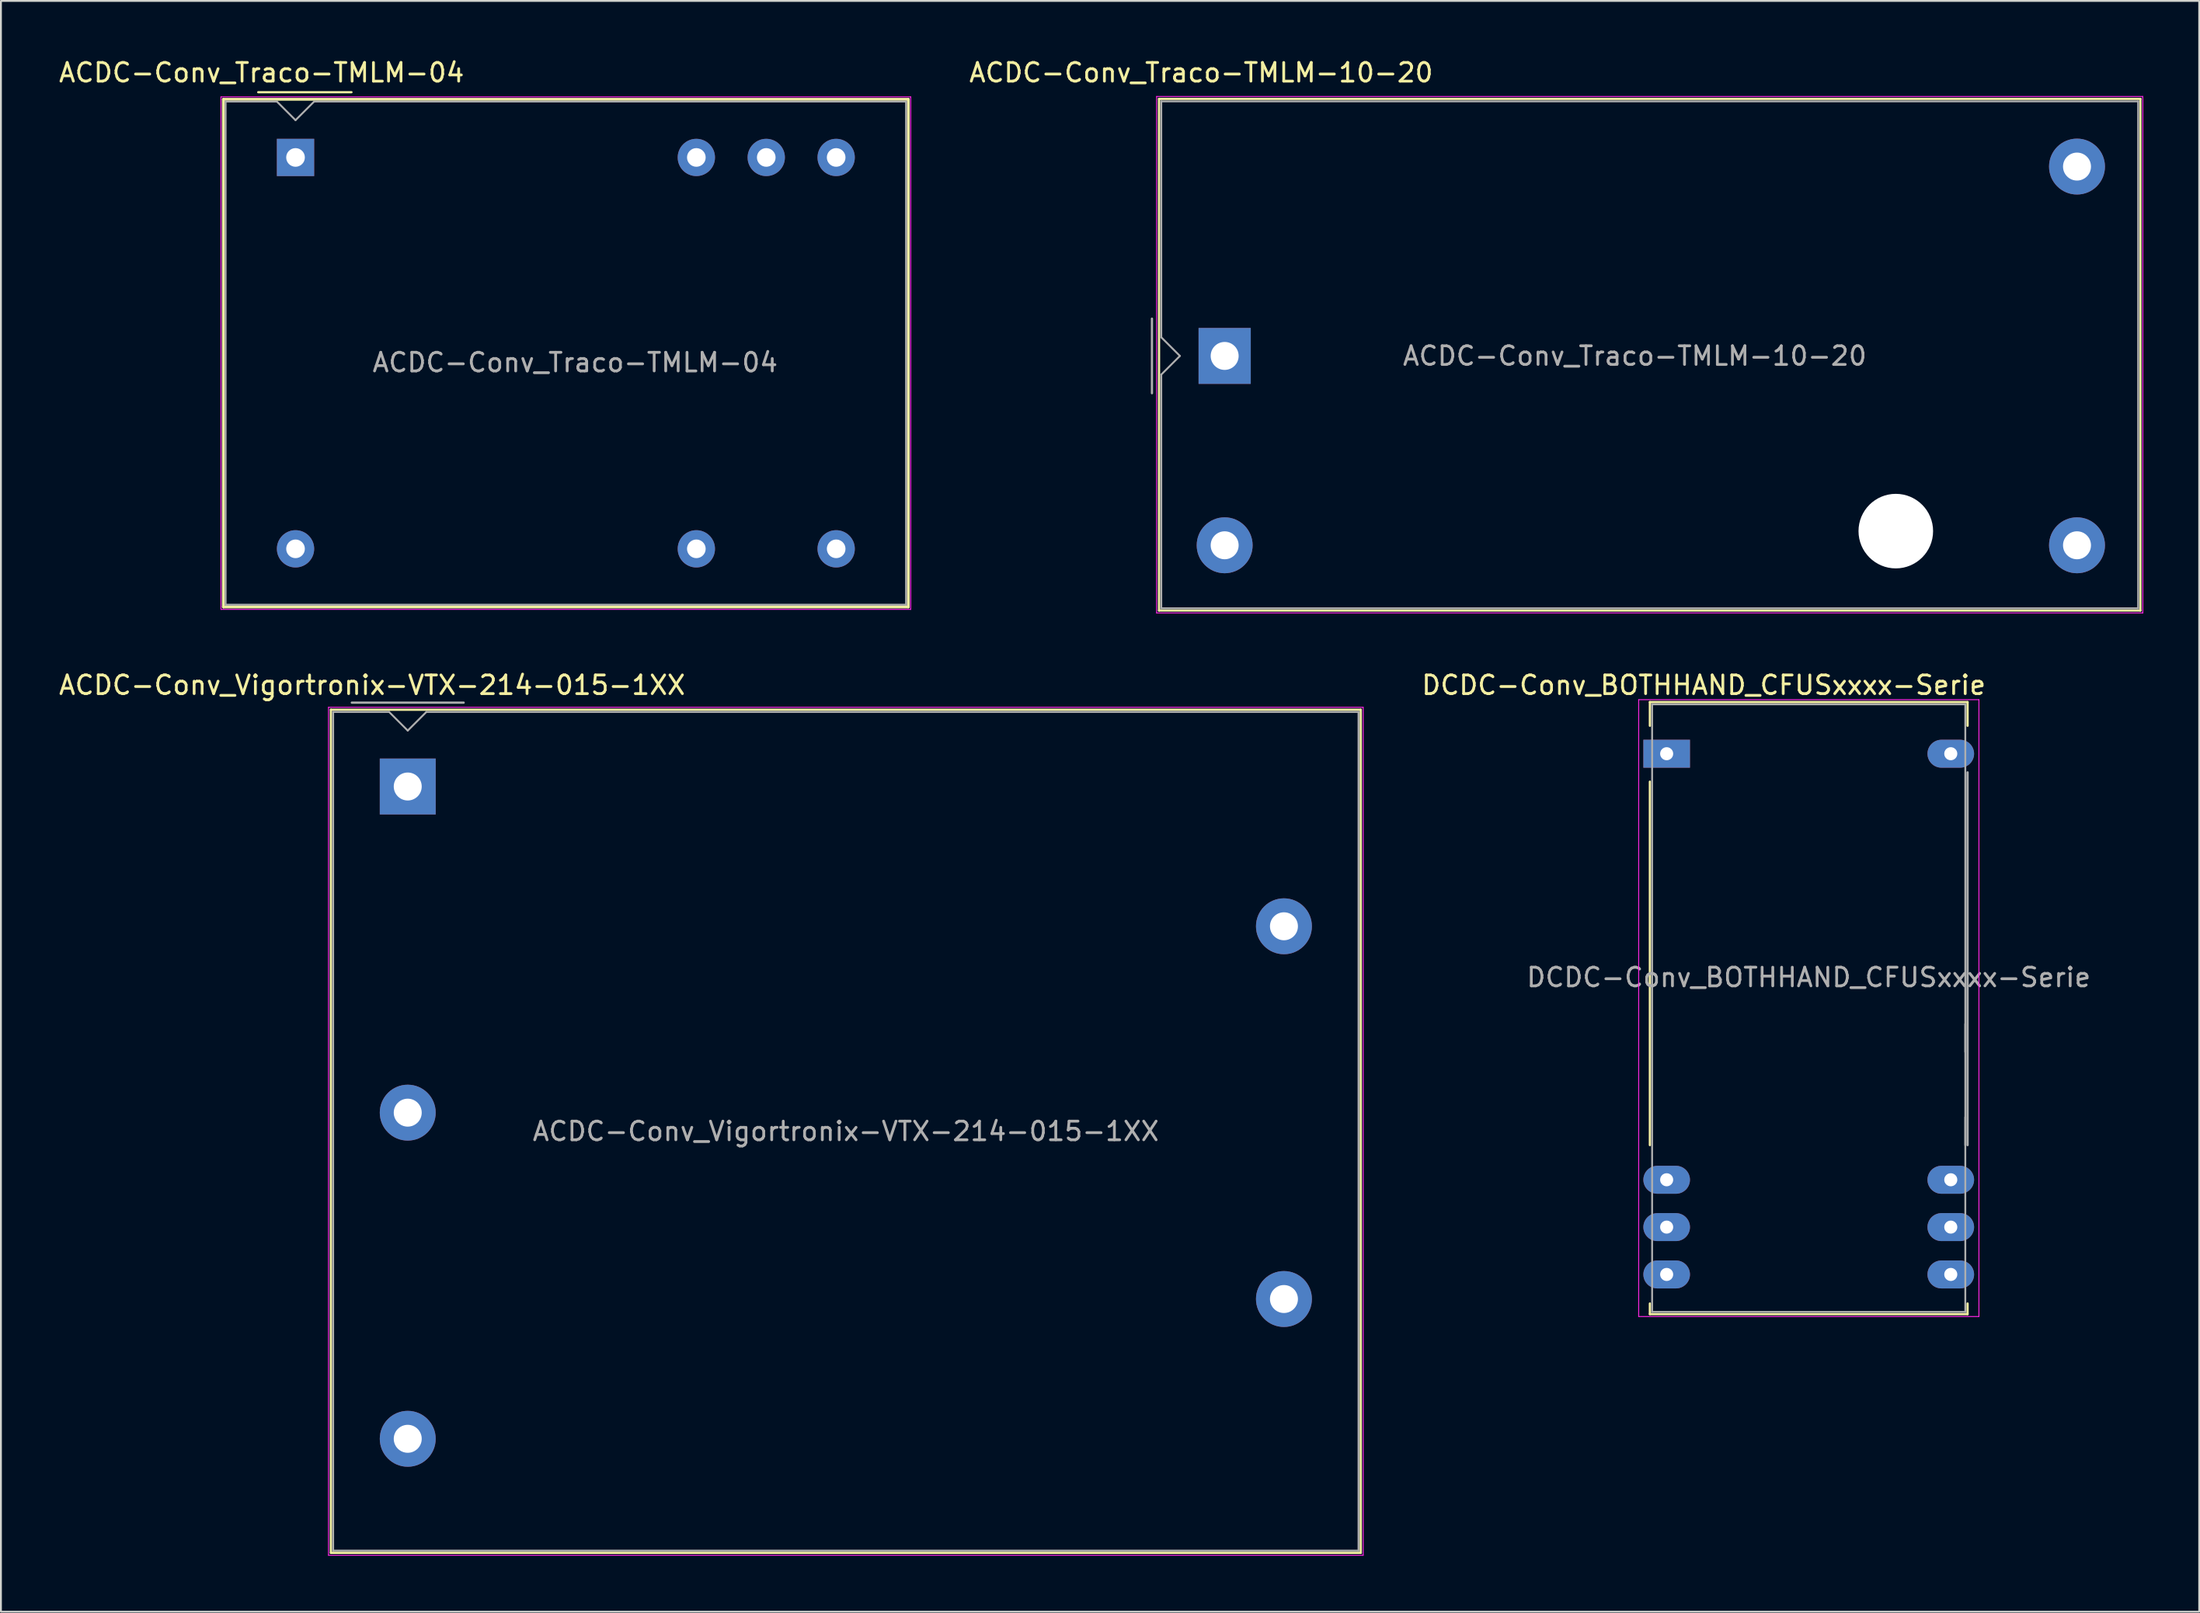
<source format=kicad_pcb>
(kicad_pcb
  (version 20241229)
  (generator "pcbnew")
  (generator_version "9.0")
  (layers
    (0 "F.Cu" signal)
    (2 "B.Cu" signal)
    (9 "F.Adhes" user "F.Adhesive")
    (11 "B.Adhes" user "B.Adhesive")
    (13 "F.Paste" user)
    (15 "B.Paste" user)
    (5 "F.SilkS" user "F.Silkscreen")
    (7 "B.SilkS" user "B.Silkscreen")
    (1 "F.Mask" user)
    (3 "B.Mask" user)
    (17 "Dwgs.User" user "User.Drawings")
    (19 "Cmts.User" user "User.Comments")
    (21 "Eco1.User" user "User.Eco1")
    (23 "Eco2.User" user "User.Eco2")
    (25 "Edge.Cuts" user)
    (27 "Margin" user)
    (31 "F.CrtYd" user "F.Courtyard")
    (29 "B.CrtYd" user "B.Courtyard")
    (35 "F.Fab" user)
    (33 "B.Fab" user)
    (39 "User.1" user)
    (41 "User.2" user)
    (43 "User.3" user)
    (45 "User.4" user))
  (footprint "ACDC-Conv_Traco-TMLM-04"
    (layer "F.Cu")
    (at 12.802 5.398)
    (property "Reference" "ACDC-Conv_Traco-TMLM-04" (at -1.82 -4.55 0) (layer "F.SilkS") (effects (font (size 1 1) (thickness 0.15))))
    (attr through_hole)
    (fp_line (start -3.87 -3.12) (end -3.87 24.12) (stroke (width 0.15) (type solid)) (layer "F.SilkS"))
    (fp_line (start -3.87 -3.12) (end 32.87 -3.12) (stroke (width 0.15) (type solid)) (layer "F.SilkS"))
    (fp_line (start -3.87 24.12) (end 32.87 24.12) (stroke (width 0.15) (type solid)) (layer "F.SilkS"))
    (fp_line (start -2 -3.5) (end 3 -3.5) (stroke (width 0.12) (type solid)) (layer "F.SilkS"))
    (fp_line (start 32.87 -3.12) (end 32.87 24.12) (stroke (width 0.15) (type solid)) (layer "F.SilkS"))
    (fp_line (start -4 -3.25) (end -4 24.25) (stroke (width 0.05) (type solid)) (layer "F.CrtYd"))
    (fp_line (start -4 -3.25) (end 33 -3.25) (stroke (width 0.05) (type solid)) (layer "F.CrtYd"))
    (fp_line (start -4 24.25) (end 33 24.25) (stroke (width 0.05) (type solid)) (layer "F.CrtYd"))
    (fp_line (start 33 -3.25) (end 33 24.25) (stroke (width 0.05) (type solid)) (layer "F.CrtYd"))
    (fp_line (start -3.75 -3) (end -3.75 24) (stroke (width 0.1) (type solid)) (layer "F.Fab"))
    (fp_line (start -1 -3) (end -3.75 -3) (stroke (width 0.1) (type solid)) (layer "F.Fab"))
    (fp_line (start -1 -3) (end 0 -2) (stroke (width 0.1) (type solid)) (layer "F.Fab"))
    (fp_line (start 0 -2) (end 1 -3) (stroke (width 0.1) (type solid)) (layer "F.Fab"))
    (fp_line (start 1 -3) (end 32.75 -3) (stroke (width 0.1) (type solid)) (layer "F.Fab"))
    (fp_line (start 32.75 -3) (end 32.75 24) (stroke (width 0.1) (type solid)) (layer "F.Fab"))
    (fp_line (start 32.75 24) (end -3.75 24) (stroke (width 0.1) (type solid)) (layer "F.Fab"))
    (fp_text user "${REFERENCE}" (at 15 11 0) (layer "F.Fab") (effects (font (size 1 1) (thickness 0.15))))
    (pad "1" thru_hole rect (at 0 0) (size 2 2) (drill 1) (layers "*.Cu" "*.Mask"))
    (pad "2" thru_hole circle (at 21.5 0) (size 2 2) (drill 1) (layers "*.Cu" "*.Mask"))
    (pad "3" thru_hole circle (at 25.25 0) (size 2 2) (drill 1) (layers "*.Cu" "*.Mask"))
    (pad "4" thru_hole circle (at 29 0) (size 2 2) (drill 1) (layers "*.Cu" "*.Mask"))
    (pad "5" thru_hole circle (at 29 21) (size 2 2) (drill 1) (layers "*.Cu" "*.Mask"))
    (pad "6" thru_hole circle (at 21.5 21) (size 2 2) (drill 1) (layers "*.Cu" "*.Mask"))
    (pad "7" thru_hole circle (at 0 21) (size 2 2) (drill 1) (layers "*.Cu" "*.Mask")))
  (footprint "ACDC-Conv_Traco-TMLM-10-20"
    (layer "F.Cu")
    (at 62.641 16.048)
    (property "Reference" "ACDC-Conv_Traco-TMLM-10-20" (at -1.26 -15.2 0) (layer "F.SilkS") (effects (font (size 1 1) (thickness 0.15))))
    (attr through_hole)
    (fp_line (start -3.52 -13.79) (end 49.12 -13.79) (stroke (width 0.12) (type solid)) (layer "F.SilkS"))
    (fp_line (start -3.52 13.66) (end -3.52 -13.79) (stroke (width 0.12) (type solid)) (layer "F.SilkS"))
    (fp_line (start 49.12 -13.79) (end 49.12 13.66) (stroke (width 0.12) (type solid)) (layer "F.SilkS"))
    (fp_line (start 49.12 13.66) (end -3.52 13.66) (stroke (width 0.12) (type solid)) (layer "F.SilkS"))
    (fp_line (start -3.65 -13.92) (end -3.65 13.79) (stroke (width 0.05) (type solid)) (layer "F.CrtYd"))
    (fp_line (start -3.65 -13.92) (end 49.25 -13.92) (stroke (width 0.05) (type solid)) (layer "F.CrtYd"))
    (fp_line (start -3.65 13.79) (end 49.25 13.79) (stroke (width 0.05) (type solid)) (layer "F.CrtYd"))
    (fp_line (start 49.25 -13.92) (end 49.25 13.79) (stroke (width 0.05) (type solid)) (layer "F.CrtYd"))
    (fp_line (start -3.9 -2) (end -3.9 2) (stroke (width 0.12) (type solid)) (layer "F.Fab"))
    (fp_line (start -3.4 -13.66) (end 49 -13.66) (stroke (width 0.1) (type solid)) (layer "F.Fab"))
    (fp_line (start -3.4 -1) (end -3.4 -13.66) (stroke (width 0.1) (type solid)) (layer "F.Fab"))
    (fp_line (start -3.4 13.54) (end -3.4 1) (stroke (width 0.1) (type solid)) (layer "F.Fab"))
    (fp_line (start -2.4 0) (end -3.4 -1) (stroke (width 0.1) (type solid)) (layer "F.Fab"))
    (fp_line (start -2.4 0) (end -3.4 1) (stroke (width 0.1) (type solid)) (layer "F.Fab"))
    (fp_line (start 49 -13.66) (end 49 13.54) (stroke (width 0.1) (type solid)) (layer "F.Fab"))
    (fp_line (start 49 13.54) (end -3.4 13.54) (stroke (width 0.1) (type solid)) (layer "F.Fab"))
    (fp_text user "${REFERENCE}" (at 22 0 0) (layer "F.Fab") (effects (font (size 1 1) (thickness 0.15))))
    (pad "" np_thru_hole circle (at 36 9.4) (size 4 4) (drill 4) (layers "*.Cu" "*.Mask"))
    (pad "1" thru_hole rect (at 0 0) (size 2.8 3) (drill 1.5) (layers "*.Cu" "*.Mask"))
    (pad "2" thru_hole circle (at 0 10.16) (size 3 3) (drill 1.5) (layers "*.Cu" "*.Mask"))
    (pad "3" thru_hole circle (at 45.72 10.16) (size 3 3) (drill 1.5) (layers "*.Cu" "*.Mask"))
    (pad "4" thru_hole circle (at 45.72 -10.16) (size 3 3) (drill 1.5) (layers "*.Cu" "*.Mask")))
  (footprint "ACDC-Conv_Vigortronix-VTX-214-015-1XX"
    (layer "F.Cu")
    (at 18.821 39.151)
    (property "Reference" "ACDC-Conv_Vigortronix-VTX-214-015-1XX" (at -1.91 -5.44 0) (layer "F.SilkS") (effects (font (size 1 1) (thickness 0.15))))
    (attr through_hole)
    (fp_line (start -4.12 -4.12) (end 51.12 -4.12) (stroke (width 0.12) (type solid)) (layer "F.SilkS"))
    (fp_line (start -4.12 41.12) (end -4.12 -4.12) (stroke (width 0.12) (type solid)) (layer "F.SilkS"))
    (fp_line (start 51.12 -4.12) (end 51.12 41.12) (stroke (width 0.12) (type solid)) (layer "F.SilkS"))
    (fp_line (start 51.12 41.12) (end -4.12 41.12) (stroke (width 0.12) (type solid)) (layer "F.SilkS"))
    (fp_line (start -4.25 -4.25) (end 51.25 -4.25) (stroke (width 0.05) (type solid)) (layer "F.CrtYd"))
    (fp_line (start -4.25 41.25) (end -4.25 -4.25) (stroke (width 0.05) (type solid)) (layer "F.CrtYd"))
    (fp_line (start 51.25 -4.25) (end 51.25 41.25) (stroke (width 0.05) (type solid)) (layer "F.CrtYd"))
    (fp_line (start 51.25 41.25) (end -4.25 41.25) (stroke (width 0.05) (type solid)) (layer "F.CrtYd"))
    (fp_line (start -4 -4) (end -1 -4) (stroke (width 0.1) (type solid)) (layer "F.Fab"))
    (fp_line (start -4 41) (end -4 -4) (stroke (width 0.1) (type solid)) (layer "F.Fab"))
    (fp_line (start -3 -4.5) (end 3 -4.5) (stroke (width 0.12) (type solid)) (layer "F.Fab"))
    (fp_line (start -1 -4) (end 0 -3) (stroke (width 0.1) (type solid)) (layer "F.Fab"))
    (fp_line (start 0 -3) (end 1 -4) (stroke (width 0.1) (type solid)) (layer "F.Fab"))
    (fp_line (start 1 -4) (end 51 -4) (stroke (width 0.1) (type solid)) (layer "F.Fab"))
    (fp_line (start 51 -4) (end 51 41) (stroke (width 0.1) (type solid)) (layer "F.Fab"))
    (fp_line (start 51 41) (end -4 41) (stroke (width 0.1) (type solid)) (layer "F.Fab"))
    (fp_text user "${REFERENCE}" (at 23.5 18.5 0) (layer "F.Fab") (effects (font (size 1 1) (thickness 0.15))))
    (pad "1" thru_hole rect (at 0 0) (size 3 3) (drill 1.5) (layers "*.Cu" "*.Mask"))
    (pad "2" thru_hole circle (at 0 17.5) (size 3 3) (drill 1.5) (layers "*.Cu" "*.Mask"))
    (pad "3" thru_hole circle (at 0 35) (size 3 3) (drill 1.5) (layers "*.Cu" "*.Mask"))
    (pad "4" thru_hole circle (at 47 27.5) (size 3 3) (drill 1.5) (layers "*.Cu" "*.Mask"))
    (pad "5" thru_hole circle (at 47 7.5) (size 3 3) (drill 1.5) (layers "*.Cu" "*.Mask")))
  (footprint "DCDC-Conv_BOTHHAND_CFUSxxxx-Serie"
    (layer "F.Cu")
    (at 86.35 37.392)
    (property "Reference" "DCDC-Conv_BOTHHAND_CFUSxxxx-Serie" (at 1.99 -3.68 0) (layer "F.SilkS") (effects (font (size 1 1) (thickness 0.15))))
    (attr through_hole)
    (fp_line (start -0.9 -2.77) (end 16.14 -2.77) (stroke (width 0.12) (type solid)) (layer "F.SilkS"))
    (fp_line (start -0.9 -1.5) (end -0.9 -2.77) (stroke (width 0.12) (type solid)) (layer "F.SilkS"))
    (fp_line (start -0.9 1.5) (end -0.9 21) (stroke (width 0.12) (type solid)) (layer "F.SilkS"))
    (fp_line (start -0.9 29.5) (end -0.9 30.07) (stroke (width 0.12) (type solid)) (layer "F.SilkS"))
    (fp_line (start -0.9 30.07) (end 16.14 30.07) (stroke (width 0.12) (type solid)) (layer "F.SilkS"))
    (fp_line (start 16.14 -2.77) (end 16.14 -1.5) (stroke (width 0.12) (type solid)) (layer "F.SilkS"))
    (fp_line (start 16.14 30.07) (end 16.14 29.5) (stroke (width 0.12) (type solid)) (layer "F.SilkS"))
    (fp_line (start -1.5 -2.9) (end -1.5 30.2) (stroke (width 0.05) (type solid)) (layer "F.CrtYd"))
    (fp_line (start -1.5 -2.9) (end 16.75 -2.9) (stroke (width 0.05) (type solid)) (layer "F.CrtYd"))
    (fp_line (start -1.5 30.2) (end 16.75 30.2) (stroke (width 0.05) (type solid)) (layer "F.CrtYd"))
    (fp_line (start 16.75 -2.9) (end 16.75 30.2) (stroke (width 0.05) (type solid)) (layer "F.CrtYd"))
    (fp_line (start -0.78 -2.65) (end 16.02 -2.65) (stroke (width 0.1) (type solid)) (layer "F.Fab"))
    (fp_line (start -0.78 29.95) (end -0.78 -2.65) (stroke (width 0.1) (type solid)) (layer "F.Fab"))
    (fp_line (start 16.02 -2.65) (end 16.02 29.95) (stroke (width 0.1) (type solid)) (layer "F.Fab"))
    (fp_line (start 16.02 14.5) (end 16.02 16) (stroke (width 0.1) (type solid)) (layer "F.Fab"))
    (fp_line (start 16.02 19.5) (end 16.02 21) (stroke (width 0.1) (type solid)) (layer "F.Fab"))
    (fp_line (start 16.02 29.95) (end -0.78 29.95) (stroke (width 0.1) (type solid)) (layer "F.Fab"))
    (fp_line (start 16.14 1) (end 16.14 21) (stroke (width 0.12) (type solid)) (layer "F.Fab"))
    (fp_text user "${REFERENCE}" (at 7.62 12 0) (layer "F.Fab") (effects (font (size 1 1) (thickness 0.15))))
    (pad "1" thru_hole rect (at 0 0) (size 2.5 1.5) (drill 0.7) (layers "*.Cu" "*.Mask"))
    (pad "10" thru_hole oval (at 0 22.86) (size 2.5 1.5) (drill 0.7) (layers "*.Cu" "*.Mask"))
    (pad "11" thru_hole oval (at 0 25.4) (size 2.5 1.5) (drill 0.7) (layers "*.Cu" "*.Mask"))
    (pad "12" thru_hole oval (at 0 27.94) (size 2.5 1.5) (drill 0.7) (layers "*.Cu" "*.Mask"))
    (pad "13" thru_hole oval (at 15.24 27.94) (size 2.5 1.5) (drill 0.7) (layers "*.Cu" "*.Mask"))
    (pad "14" thru_hole oval (at 15.24 25.4) (size 2.5 1.5) (drill 0.7) (layers "*.Cu" "*.Mask"))
    (pad "15" thru_hole oval (at 15.24 22.86) (size 2.5 1.5) (drill 0.7) (layers "*.Cu" "*.Mask"))
    (pad "24" thru_hole oval (at 15.24 0) (size 2.5 1.5) (drill 0.7) (layers "*.Cu" "*.Mask")))
  (gr_rect
    (start -3 -3)
    (end 114.916 83.427)
    (stroke (width 0.1) (type default))
    (fill no)
    (layer "Edge.Cuts")))
</source>
